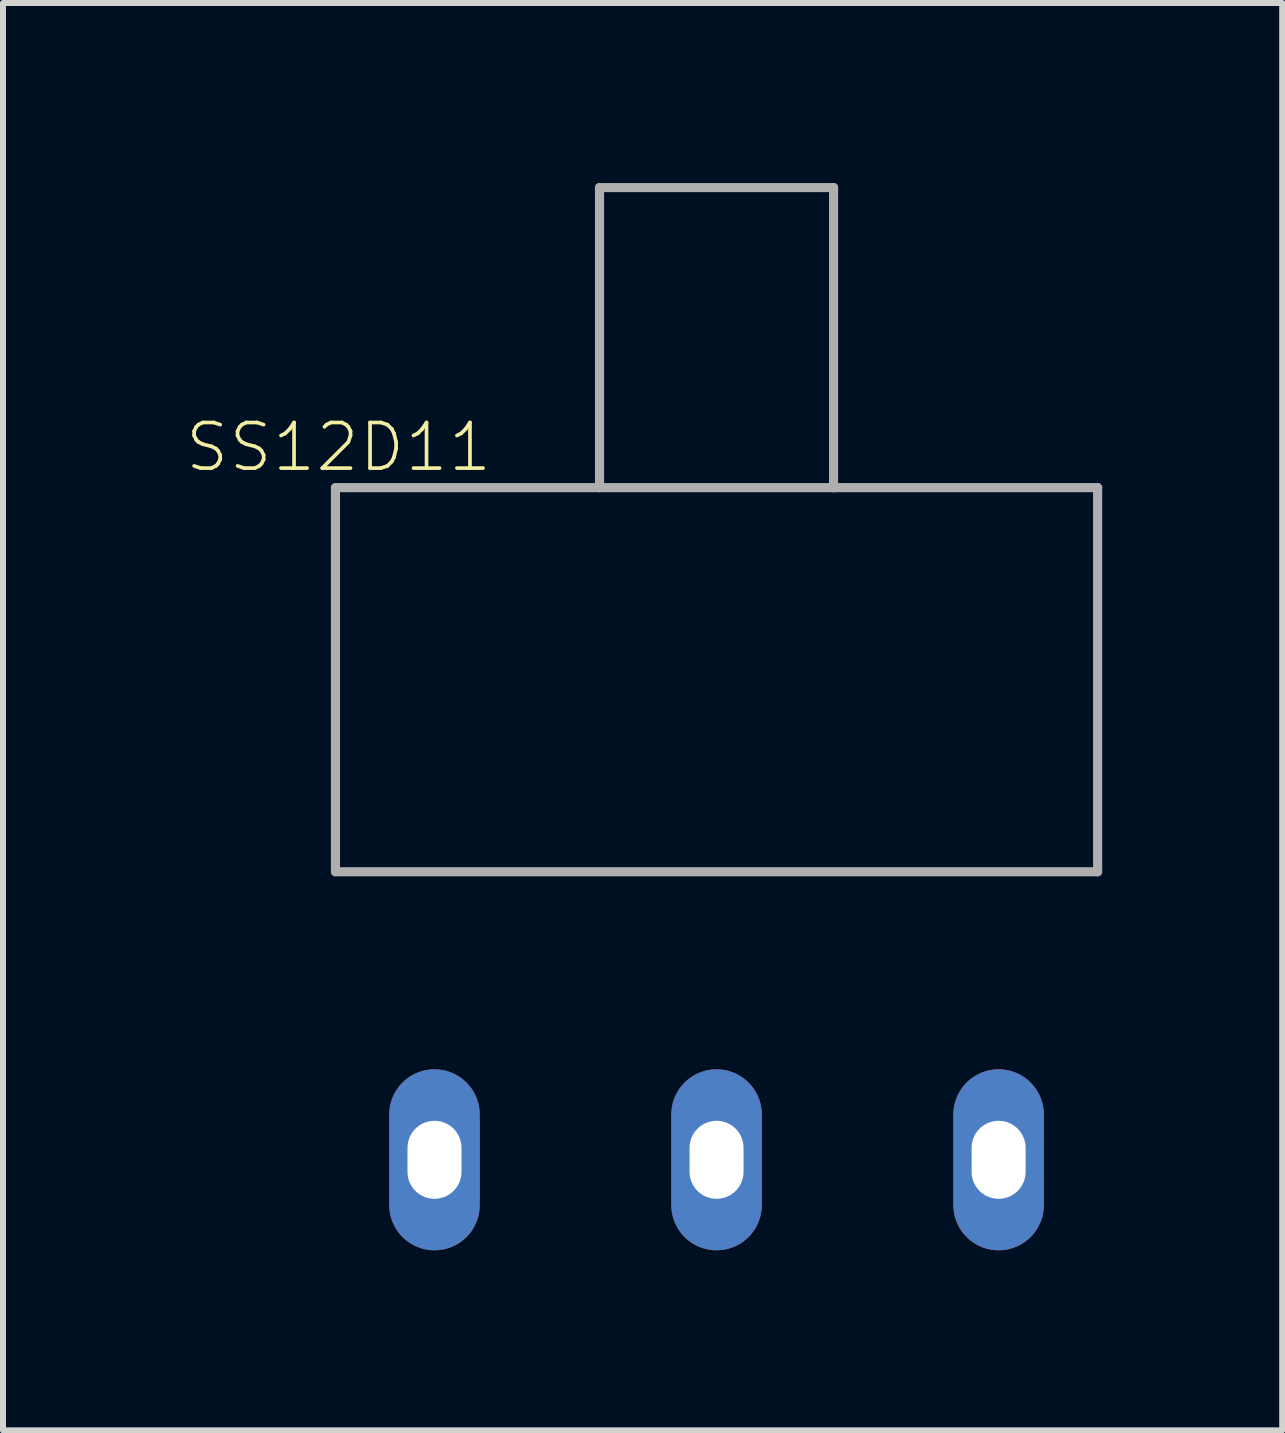
<source format=kicad_pcb>
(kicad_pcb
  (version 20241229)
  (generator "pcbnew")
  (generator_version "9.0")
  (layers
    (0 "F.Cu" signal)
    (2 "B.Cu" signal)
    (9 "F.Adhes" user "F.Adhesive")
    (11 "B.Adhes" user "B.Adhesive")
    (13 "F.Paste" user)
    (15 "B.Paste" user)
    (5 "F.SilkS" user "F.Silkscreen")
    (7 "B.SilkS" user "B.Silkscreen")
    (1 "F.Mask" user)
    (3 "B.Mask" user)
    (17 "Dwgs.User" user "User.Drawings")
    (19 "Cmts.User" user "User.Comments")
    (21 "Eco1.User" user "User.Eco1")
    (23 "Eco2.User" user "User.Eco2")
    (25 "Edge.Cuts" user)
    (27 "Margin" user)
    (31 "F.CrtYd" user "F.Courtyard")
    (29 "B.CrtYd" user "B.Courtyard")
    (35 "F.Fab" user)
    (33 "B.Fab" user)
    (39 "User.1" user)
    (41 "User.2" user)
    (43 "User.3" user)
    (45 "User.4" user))
  (footprint "SS12D11"
    (layer "F.Cu")
    (at 8.89 16.276)
    (property "Reference" "SS12D11" (at -8.89 -11.43 180) (layer "F.SilkS") (effects (font (size 0.76 0.76) (thickness 0.061)) (justify left bottom)))
    (attr through_hole)
    (fp_line (start -6.35 -11.2) (end -6.35 -4.8) (stroke (width 0.152) (type solid)) (layer "F.Fab"))
    (fp_line (start -6.35 -4.8) (end 6.35 -4.8) (stroke (width 0.152) (type solid)) (layer "F.Fab"))
    (fp_line (start -1.95 -16.2) (end 1.95 -16.2) (stroke (width 0.152) (type solid)) (layer "F.Fab"))
    (fp_line (start -1.95 -11.2) (end -6.35 -11.2) (stroke (width 0.152) (type solid)) (layer "F.Fab"))
    (fp_line (start -1.95 -11.2) (end -1.95 -16.2) (stroke (width 0.152) (type solid)) (layer "F.Fab"))
    (fp_line (start 1.95 -16.2) (end 1.95 -11.2) (stroke (width 0.152) (type solid)) (layer "F.Fab"))
    (fp_line (start 1.95 -11.2) (end -1.95 -11.2) (stroke (width 0.152) (type solid)) (layer "F.Fab"))
    (fp_line (start 6.35 -11.2) (end 1.95 -11.2) (stroke (width 0.152) (type solid)) (layer "F.Fab"))
    (fp_line (start 6.35 -4.8) (end 6.35 -11.2) (stroke (width 0.152) (type solid)) (layer "F.Fab"))
    (pad "P1" thru_hole oval (at 4.7 0 90) (size 3.016 1.508) (drill oval 1.3 0.9) (layers "*.Cu" "*.Mask"))
    (pad "P2" thru_hole oval (at 0 0 90) (size 3.016 1.508) (drill oval 1.3 0.9) (layers "*.Cu" "*.Mask"))
    (pad "P3" thru_hole oval (at -4.7 0 90) (size 3.016 1.508) (drill oval 1.3 0.9) (layers "*.Cu" "*.Mask")))
  (gr_rect
    (start -3 -3)
    (end 18.316 20.784)
    (stroke (width 0.1) (type default))
    (fill no)
    (layer "Edge.Cuts")))
</source>
